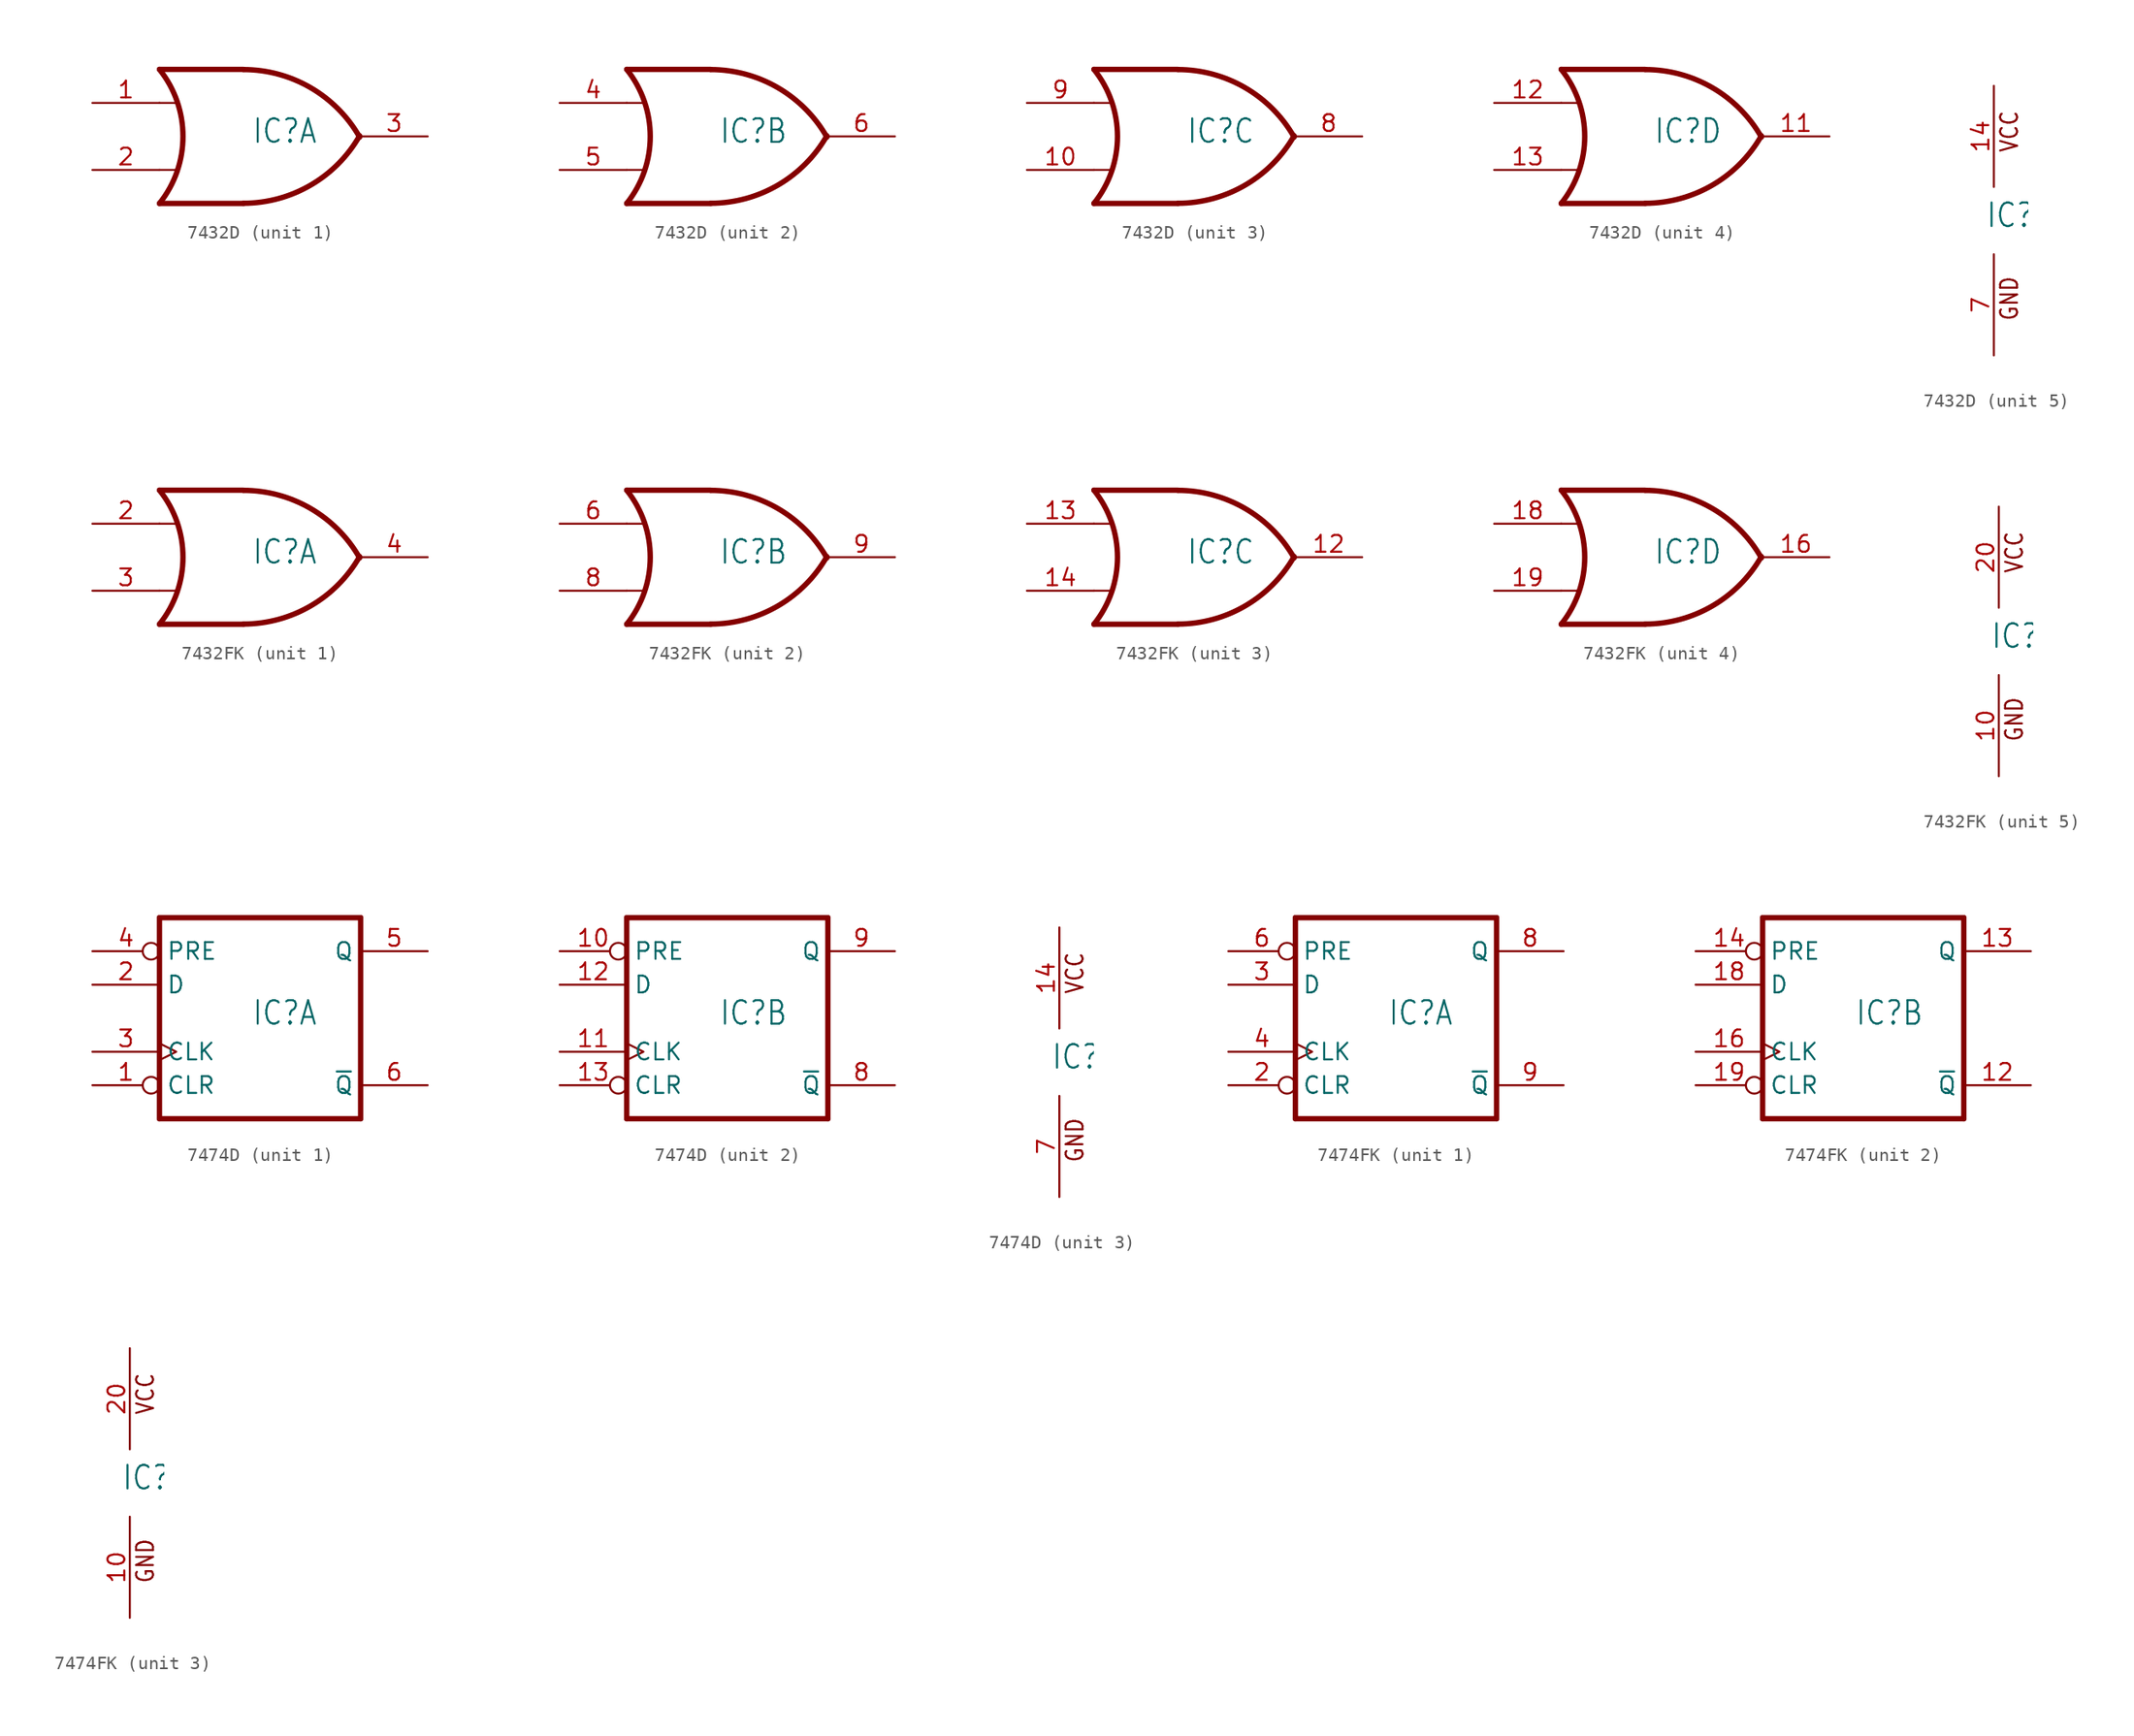
<source format=kicad_sym>
(kicad_symbol_lib
  (version 20220914)
  (generator kicad_symbol_editor)
  (symbol "7432D"
    (property "Reference" "IC"
      (at -0.635 -0.635 0)
      (effects (font (size 1.778 1.511)) (justify left bottom)))
    (property "ki_locked" ""
      (at 0 0 0)
      (effects (font (size 1.27 1.27))))
    (symbol "7432D_1_0"
      (arc (start -7.62 -5.08) (mid -5.838 0) (end -7.62 5.08) (stroke (width 0.4064) (type default)) (fill (type none)))
      (arc (start -1.2446 -5.0678) (mid 3.8372 -3.689) (end 7.5439 0.0507) (stroke (width 0.4064) (type default)) (fill (type none)))
      (polyline (pts (xy -7.62 -2.54) (xy -6.35 -2.54)) (stroke (width 0.152) (type default)) (fill (type none)))
      (polyline (pts (xy -7.62 2.54) (xy -6.35 2.54)) (stroke (width 0.152) (type default)) (fill (type none)))
      (polyline (pts (xy -1.27 -5.08) (xy -7.62 -5.08)) (stroke (width 0.406) (type default)) (fill (type none)))
      (polyline (pts (xy -1.27 5.08) (xy -7.62 5.08)) (stroke (width 0.406) (type default)) (fill (type none)))
      (arc (start 7.5442 -0.0505) (mid 3.8373 3.6892) (end -1.2446 5.0678) (stroke (width 0.4064) (type default)) (fill (type none)))
      (pin input line (at -12.7 2.54 0) (length 5.08) (name "I0" (effects (font (size 0 0)))) (number "1" (effects (font (size 1.27 1.27)))))
      (pin input line (at -12.7 -2.54 0) (length 5.08) (name "I1" (effects (font (size 0 0)))) (number "2" (effects (font (size 1.27 1.27)))))
      (pin output line (at 12.7 0 180) (length 5.08) (name "O" (effects (font (size 0 0)))) (number "3" (effects (font (size 1.27 1.27))))))
    (symbol "7432D_2_0"
      (arc (start -7.62 -5.08) (mid -5.838 0) (end -7.62 5.08) (stroke (width 0.4064) (type default)) (fill (type none)))
      (arc (start -1.2446 -5.0678) (mid 3.8372 -3.689) (end 7.5439 0.0507) (stroke (width 0.4064) (type default)) (fill (type none)))
      (polyline (pts (xy -7.62 -2.54) (xy -6.35 -2.54)) (stroke (width 0.152) (type default)) (fill (type none)))
      (polyline (pts (xy -7.62 2.54) (xy -6.35 2.54)) (stroke (width 0.152) (type default)) (fill (type none)))
      (polyline (pts (xy -1.27 -5.08) (xy -7.62 -5.08)) (stroke (width 0.406) (type default)) (fill (type none)))
      (polyline (pts (xy -1.27 5.08) (xy -7.62 5.08)) (stroke (width 0.406) (type default)) (fill (type none)))
      (arc (start 7.5442 -0.0505) (mid 3.8373 3.6892) (end -1.2446 5.0678) (stroke (width 0.4064) (type default)) (fill (type none)))
      (pin input line (at -12.7 2.54 0) (length 5.08) (name "I0" (effects (font (size 0 0)))) (number "4" (effects (font (size 1.27 1.27)))))
      (pin input line (at -12.7 -2.54 0) (length 5.08) (name "I1" (effects (font (size 0 0)))) (number "5" (effects (font (size 1.27 1.27)))))
      (pin output line (at 12.7 0 180) (length 5.08) (name "O" (effects (font (size 0 0)))) (number "6" (effects (font (size 1.27 1.27))))))
    (symbol "7432D_3_0"
      (arc (start -7.62 -5.08) (mid -5.838 0) (end -7.62 5.08) (stroke (width 0.4064) (type default)) (fill (type none)))
      (arc (start -1.2446 -5.0678) (mid 3.8372 -3.689) (end 7.5439 0.0507) (stroke (width 0.4064) (type default)) (fill (type none)))
      (polyline (pts (xy -7.62 -2.54) (xy -6.35 -2.54)) (stroke (width 0.152) (type default)) (fill (type none)))
      (polyline (pts (xy -7.62 2.54) (xy -6.35 2.54)) (stroke (width 0.152) (type default)) (fill (type none)))
      (polyline (pts (xy -1.27 -5.08) (xy -7.62 -5.08)) (stroke (width 0.406) (type default)) (fill (type none)))
      (polyline (pts (xy -1.27 5.08) (xy -7.62 5.08)) (stroke (width 0.406) (type default)) (fill (type none)))
      (arc (start 7.5442 -0.0505) (mid 3.8373 3.6892) (end -1.2446 5.0678) (stroke (width 0.4064) (type default)) (fill (type none)))
      (pin input line (at -12.7 -2.54 0) (length 5.08) (name "I1" (effects (font (size 0 0)))) (number "10" (effects (font (size 1.27 1.27)))))
      (pin output line (at 12.7 0 180) (length 5.08) (name "O" (effects (font (size 0 0)))) (number "8" (effects (font (size 1.27 1.27)))))
      (pin input line (at -12.7 2.54 0) (length 5.08) (name "I0" (effects (font (size 0 0)))) (number "9" (effects (font (size 1.27 1.27))))))
    (symbol "7432D_4_0"
      (arc (start -7.62 -5.08) (mid -5.838 0) (end -7.62 5.08) (stroke (width 0.4064) (type default)) (fill (type none)))
      (arc (start -1.2446 -5.0678) (mid 3.8372 -3.689) (end 7.5439 0.0507) (stroke (width 0.4064) (type default)) (fill (type none)))
      (polyline (pts (xy -7.62 -2.54) (xy -6.35 -2.54)) (stroke (width 0.152) (type default)) (fill (type none)))
      (polyline (pts (xy -7.62 2.54) (xy -6.35 2.54)) (stroke (width 0.152) (type default)) (fill (type none)))
      (polyline (pts (xy -1.27 -5.08) (xy -7.62 -5.08)) (stroke (width 0.406) (type default)) (fill (type none)))
      (polyline (pts (xy -1.27 5.08) (xy -7.62 5.08)) (stroke (width 0.406) (type default)) (fill (type none)))
      (arc (start 7.5442 -0.0505) (mid 3.8373 3.6892) (end -1.2446 5.0678) (stroke (width 0.4064) (type default)) (fill (type none)))
      (pin output line (at 12.7 0 180) (length 5.08) (name "O" (effects (font (size 0 0)))) (number "11" (effects (font (size 1.27 1.27)))))
      (pin input line (at -12.7 2.54 0) (length 5.08) (name "I0" (effects (font (size 0 0)))) (number "12" (effects (font (size 1.27 1.27)))))
      (pin input line (at -12.7 -2.54 0) (length 5.08) (name "I1" (effects (font (size 0 0)))) (number "13" (effects (font (size 1.27 1.27))))))
    (symbol "7432D_5_0"
      (text "GND" (at 1.905 -7.62 900) (effects (font (size 1.27 1.079)) (justify left bottom)))
      (text "VCC" (at 1.905 5.08 900) (effects (font (size 1.27 1.079)) (justify left bottom)))
      (pin power_in line (at 0 10.16 270) (length 7.62) (name "VCC" (effects (font (size 0 0)))) (number "14" (effects (font (size 1.27 1.27)))))
      (pin power_in line (at 0 -10.16 90) (length 7.62) (name "GND" (effects (font (size 0 0)))) (number "7" (effects (font (size 1.27 1.27)))))))
  (symbol "7432FK"
    (property "Reference" "IC"
      (at -0.635 -0.635 0)
      (effects (font (size 1.778 1.511)) (justify left bottom)))
    (property "ki_locked" ""
      (at 0 0 0)
      (effects (font (size 1.27 1.27))))
    (symbol "7432FK_1_0"
      (arc (start -7.62 -5.08) (mid -5.838 0) (end -7.62 5.08) (stroke (width 0.4064) (type default)) (fill (type none)))
      (arc (start -1.2446 -5.0678) (mid 3.8372 -3.689) (end 7.5439 0.0507) (stroke (width 0.4064) (type default)) (fill (type none)))
      (polyline (pts (xy -7.62 -2.54) (xy -6.35 -2.54)) (stroke (width 0.152) (type default)) (fill (type none)))
      (polyline (pts (xy -7.62 2.54) (xy -6.35 2.54)) (stroke (width 0.152) (type default)) (fill (type none)))
      (polyline (pts (xy -1.27 -5.08) (xy -7.62 -5.08)) (stroke (width 0.406) (type default)) (fill (type none)))
      (polyline (pts (xy -1.27 5.08) (xy -7.62 5.08)) (stroke (width 0.406) (type default)) (fill (type none)))
      (arc (start 7.5442 -0.0505) (mid 3.8373 3.6892) (end -1.2446 5.0678) (stroke (width 0.4064) (type default)) (fill (type none)))
      (pin input line (at -12.7 2.54 0) (length 5.08) (name "I0" (effects (font (size 0 0)))) (number "2" (effects (font (size 1.27 1.27)))))
      (pin input line (at -12.7 -2.54 0) (length 5.08) (name "I1" (effects (font (size 0 0)))) (number "3" (effects (font (size 1.27 1.27)))))
      (pin output line (at 12.7 0 180) (length 5.08) (name "O" (effects (font (size 0 0)))) (number "4" (effects (font (size 1.27 1.27))))))
    (symbol "7432FK_2_0"
      (arc (start -7.62 -5.08) (mid -5.838 0) (end -7.62 5.08) (stroke (width 0.4064) (type default)) (fill (type none)))
      (arc (start -1.2446 -5.0678) (mid 3.8372 -3.689) (end 7.5439 0.0507) (stroke (width 0.4064) (type default)) (fill (type none)))
      (polyline (pts (xy -7.62 -2.54) (xy -6.35 -2.54)) (stroke (width 0.152) (type default)) (fill (type none)))
      (polyline (pts (xy -7.62 2.54) (xy -6.35 2.54)) (stroke (width 0.152) (type default)) (fill (type none)))
      (polyline (pts (xy -1.27 -5.08) (xy -7.62 -5.08)) (stroke (width 0.406) (type default)) (fill (type none)))
      (polyline (pts (xy -1.27 5.08) (xy -7.62 5.08)) (stroke (width 0.406) (type default)) (fill (type none)))
      (arc (start 7.5442 -0.0505) (mid 3.8373 3.6892) (end -1.2446 5.0678) (stroke (width 0.4064) (type default)) (fill (type none)))
      (pin input line (at -12.7 2.54 0) (length 5.08) (name "I0" (effects (font (size 0 0)))) (number "6" (effects (font (size 1.27 1.27)))))
      (pin input line (at -12.7 -2.54 0) (length 5.08) (name "I1" (effects (font (size 0 0)))) (number "8" (effects (font (size 1.27 1.27)))))
      (pin output line (at 12.7 0 180) (length 5.08) (name "O" (effects (font (size 0 0)))) (number "9" (effects (font (size 1.27 1.27))))))
    (symbol "7432FK_3_0"
      (arc (start -7.62 -5.08) (mid -5.838 0) (end -7.62 5.08) (stroke (width 0.4064) (type default)) (fill (type none)))
      (arc (start -1.2446 -5.0678) (mid 3.8372 -3.689) (end 7.5439 0.0507) (stroke (width 0.4064) (type default)) (fill (type none)))
      (polyline (pts (xy -7.62 -2.54) (xy -6.35 -2.54)) (stroke (width 0.152) (type default)) (fill (type none)))
      (polyline (pts (xy -7.62 2.54) (xy -6.35 2.54)) (stroke (width 0.152) (type default)) (fill (type none)))
      (polyline (pts (xy -1.27 -5.08) (xy -7.62 -5.08)) (stroke (width 0.406) (type default)) (fill (type none)))
      (polyline (pts (xy -1.27 5.08) (xy -7.62 5.08)) (stroke (width 0.406) (type default)) (fill (type none)))
      (arc (start 7.5442 -0.0505) (mid 3.8373 3.6892) (end -1.2446 5.0678) (stroke (width 0.4064) (type default)) (fill (type none)))
      (pin output line (at 12.7 0 180) (length 5.08) (name "O" (effects (font (size 0 0)))) (number "12" (effects (font (size 1.27 1.27)))))
      (pin input line (at -12.7 2.54 0) (length 5.08) (name "I0" (effects (font (size 0 0)))) (number "13" (effects (font (size 1.27 1.27)))))
      (pin input line (at -12.7 -2.54 0) (length 5.08) (name "I1" (effects (font (size 0 0)))) (number "14" (effects (font (size 1.27 1.27))))))
    (symbol "7432FK_4_0"
      (arc (start -7.62 -5.08) (mid -5.838 0) (end -7.62 5.08) (stroke (width 0.4064) (type default)) (fill (type none)))
      (arc (start -1.2446 -5.0678) (mid 3.8372 -3.689) (end 7.5439 0.0507) (stroke (width 0.4064) (type default)) (fill (type none)))
      (polyline (pts (xy -7.62 -2.54) (xy -6.35 -2.54)) (stroke (width 0.152) (type default)) (fill (type none)))
      (polyline (pts (xy -7.62 2.54) (xy -6.35 2.54)) (stroke (width 0.152) (type default)) (fill (type none)))
      (polyline (pts (xy -1.27 -5.08) (xy -7.62 -5.08)) (stroke (width 0.406) (type default)) (fill (type none)))
      (polyline (pts (xy -1.27 5.08) (xy -7.62 5.08)) (stroke (width 0.406) (type default)) (fill (type none)))
      (arc (start 7.5442 -0.0505) (mid 3.8373 3.6892) (end -1.2446 5.0678) (stroke (width 0.4064) (type default)) (fill (type none)))
      (pin output line (at 12.7 0 180) (length 5.08) (name "O" (effects (font (size 0 0)))) (number "16" (effects (font (size 1.27 1.27)))))
      (pin input line (at -12.7 2.54 0) (length 5.08) (name "I0" (effects (font (size 0 0)))) (number "18" (effects (font (size 1.27 1.27)))))
      (pin input line (at -12.7 -2.54 0) (length 5.08) (name "I1" (effects (font (size 0 0)))) (number "19" (effects (font (size 1.27 1.27))))))
    (symbol "7432FK_5_0"
      (text "GND" (at 1.905 -7.62 900) (effects (font (size 1.27 1.079)) (justify left bottom)))
      (text "VCC" (at 1.905 5.08 900) (effects (font (size 1.27 1.079)) (justify left bottom)))
      (pin power_in line (at 0 -10.16 90) (length 7.62) (name "GND" (effects (font (size 0 0)))) (number "10" (effects (font (size 1.27 1.27)))))
      (pin power_in line (at 0 10.16 270) (length 7.62) (name "VCC" (effects (font (size 0 0)))) (number "20" (effects (font (size 1.27 1.27)))))))
  (symbol "7474D"
    (property "Reference" "IC"
      (at -0.635 -0.635 0)
      (effects (font (size 1.778 1.511)) (justify left bottom)))
    (property "ki_locked" ""
      (at 0 0 0)
      (effects (font (size 1.27 1.27))))
    (symbol "7474D_1_0"
      (polyline (pts (xy -7.62 -7.62) (xy 7.62 -7.62)) (stroke (width 0.406) (type default)) (fill (type none)))
      (polyline (pts (xy -7.62 7.62) (xy -7.62 -7.62)) (stroke (width 0.406) (type default)) (fill (type none)))
      (polyline (pts (xy 7.62 -7.62) (xy 7.62 7.62)) (stroke (width 0.406) (type default)) (fill (type none)))
      (polyline (pts (xy 7.62 7.62) (xy -7.62 7.62)) (stroke (width 0.406) (type default)) (fill (type none)))
      (pin input inverted (at -12.7 -5.08 0) (length 5.08) (name "CLR" (effects (font (size 1.27 1.27)))) (number "1" (effects (font (size 1.27 1.27)))))
      (pin input line (at -12.7 2.54 0) (length 5.08) (name "D" (effects (font (size 1.27 1.27)))) (number "2" (effects (font (size 1.27 1.27)))))
      (pin input clock (at -12.7 -2.54 0) (length 5.08) (name "CLK" (effects (font (size 1.27 1.27)))) (number "3" (effects (font (size 1.27 1.27)))))
      (pin input inverted (at -12.7 5.08 0) (length 5.08) (name "PRE" (effects (font (size 1.27 1.27)))) (number "4" (effects (font (size 1.27 1.27)))))
      (pin output line (at 12.7 5.08 180) (length 5.08) (name "Q" (effects (font (size 1.27 1.27)))) (number "5" (effects (font (size 1.27 1.27)))))
      (pin output line (at 12.7 -5.08 180) (length 5.08) (name "~{Q}" (effects (font (size 1.27 1.27)))) (number "6" (effects (font (size 1.27 1.27))))))
    (symbol "7474D_2_0"
      (polyline (pts (xy -7.62 -7.62) (xy 7.62 -7.62)) (stroke (width 0.406) (type default)) (fill (type none)))
      (polyline (pts (xy -7.62 7.62) (xy -7.62 -7.62)) (stroke (width 0.406) (type default)) (fill (type none)))
      (polyline (pts (xy 7.62 -7.62) (xy 7.62 7.62)) (stroke (width 0.406) (type default)) (fill (type none)))
      (polyline (pts (xy 7.62 7.62) (xy -7.62 7.62)) (stroke (width 0.406) (type default)) (fill (type none)))
      (pin input inverted (at -12.7 5.08 0) (length 5.08) (name "PRE" (effects (font (size 1.27 1.27)))) (number "10" (effects (font (size 1.27 1.27)))))
      (pin input clock (at -12.7 -2.54 0) (length 5.08) (name "CLK" (effects (font (size 1.27 1.27)))) (number "11" (effects (font (size 1.27 1.27)))))
      (pin input line (at -12.7 2.54 0) (length 5.08) (name "D" (effects (font (size 1.27 1.27)))) (number "12" (effects (font (size 1.27 1.27)))))
      (pin input inverted (at -12.7 -5.08 0) (length 5.08) (name "CLR" (effects (font (size 1.27 1.27)))) (number "13" (effects (font (size 1.27 1.27)))))
      (pin output line (at 12.7 -5.08 180) (length 5.08) (name "~{Q}" (effects (font (size 1.27 1.27)))) (number "8" (effects (font (size 1.27 1.27)))))
      (pin output line (at 12.7 5.08 180) (length 5.08) (name "Q" (effects (font (size 1.27 1.27)))) (number "9" (effects (font (size 1.27 1.27))))))
    (symbol "7474D_3_0"
      (text "GND" (at 1.905 -7.62 900) (effects (font (size 1.27 1.079)) (justify left bottom)))
      (text "VCC" (at 1.905 5.08 900) (effects (font (size 1.27 1.079)) (justify left bottom)))
      (pin power_in line (at 0 10.16 270) (length 7.62) (name "VCC" (effects (font (size 0 0)))) (number "14" (effects (font (size 1.27 1.27)))))
      (pin power_in line (at 0 -10.16 90) (length 7.62) (name "GND" (effects (font (size 0 0)))) (number "7" (effects (font (size 1.27 1.27)))))))
  (symbol "7474FK"
    (property "Reference" "IC"
      (at -0.635 -0.635 0)
      (effects (font (size 1.778 1.511)) (justify left bottom)))
    (property "ki_locked" ""
      (at 0 0 0)
      (effects (font (size 1.27 1.27))))
    (symbol "7474FK_1_0"
      (polyline (pts (xy -7.62 -7.62) (xy 7.62 -7.62)) (stroke (width 0.406) (type default)) (fill (type none)))
      (polyline (pts (xy -7.62 7.62) (xy -7.62 -7.62)) (stroke (width 0.406) (type default)) (fill (type none)))
      (polyline (pts (xy 7.62 -7.62) (xy 7.62 7.62)) (stroke (width 0.406) (type default)) (fill (type none)))
      (polyline (pts (xy 7.62 7.62) (xy -7.62 7.62)) (stroke (width 0.406) (type default)) (fill (type none)))
      (pin input inverted (at -12.7 -5.08 0) (length 5.08) (name "CLR" (effects (font (size 1.27 1.27)))) (number "2" (effects (font (size 1.27 1.27)))))
      (pin input line (at -12.7 2.54 0) (length 5.08) (name "D" (effects (font (size 1.27 1.27)))) (number "3" (effects (font (size 1.27 1.27)))))
      (pin input clock (at -12.7 -2.54 0) (length 5.08) (name "CLK" (effects (font (size 1.27 1.27)))) (number "4" (effects (font (size 1.27 1.27)))))
      (pin input inverted (at -12.7 5.08 0) (length 5.08) (name "PRE" (effects (font (size 1.27 1.27)))) (number "6" (effects (font (size 1.27 1.27)))))
      (pin output line (at 12.7 5.08 180) (length 5.08) (name "Q" (effects (font (size 1.27 1.27)))) (number "8" (effects (font (size 1.27 1.27)))))
      (pin output line (at 12.7 -5.08 180) (length 5.08) (name "~{Q}" (effects (font (size 1.27 1.27)))) (number "9" (effects (font (size 1.27 1.27))))))
    (symbol "7474FK_2_0"
      (polyline (pts (xy -7.62 -7.62) (xy 7.62 -7.62)) (stroke (width 0.406) (type default)) (fill (type none)))
      (polyline (pts (xy -7.62 7.62) (xy -7.62 -7.62)) (stroke (width 0.406) (type default)) (fill (type none)))
      (polyline (pts (xy 7.62 -7.62) (xy 7.62 7.62)) (stroke (width 0.406) (type default)) (fill (type none)))
      (polyline (pts (xy 7.62 7.62) (xy -7.62 7.62)) (stroke (width 0.406) (type default)) (fill (type none)))
      (pin output line (at 12.7 -5.08 180) (length 5.08) (name "~{Q}" (effects (font (size 1.27 1.27)))) (number "12" (effects (font (size 1.27 1.27)))))
      (pin output line (at 12.7 5.08 180) (length 5.08) (name "Q" (effects (font (size 1.27 1.27)))) (number "13" (effects (font (size 1.27 1.27)))))
      (pin input inverted (at -12.7 5.08 0) (length 5.08) (name "PRE" (effects (font (size 1.27 1.27)))) (number "14" (effects (font (size 1.27 1.27)))))
      (pin input clock (at -12.7 -2.54 0) (length 5.08) (name "CLK" (effects (font (size 1.27 1.27)))) (number "16" (effects (font (size 1.27 1.27)))))
      (pin input line (at -12.7 2.54 0) (length 5.08) (name "D" (effects (font (size 1.27 1.27)))) (number "18" (effects (font (size 1.27 1.27)))))
      (pin input inverted (at -12.7 -5.08 0) (length 5.08) (name "CLR" (effects (font (size 1.27 1.27)))) (number "19" (effects (font (size 1.27 1.27))))))
    (symbol "7474FK_3_0"
      (text "GND" (at 1.905 -7.62 900) (effects (font (size 1.27 1.079)) (justify left bottom)))
      (text "VCC" (at 1.905 5.08 900) (effects (font (size 1.27 1.079)) (justify left bottom)))
      (pin power_in line (at 0 -10.16 90) (length 7.62) (name "GND" (effects (font (size 0 0)))) (number "10" (effects (font (size 1.27 1.27)))))
      (pin power_in line (at 0 10.16 270) (length 7.62) (name "VCC" (effects (font (size 0 0)))) (number "20" (effects (font (size 1.27 1.27))))))))
</source>
